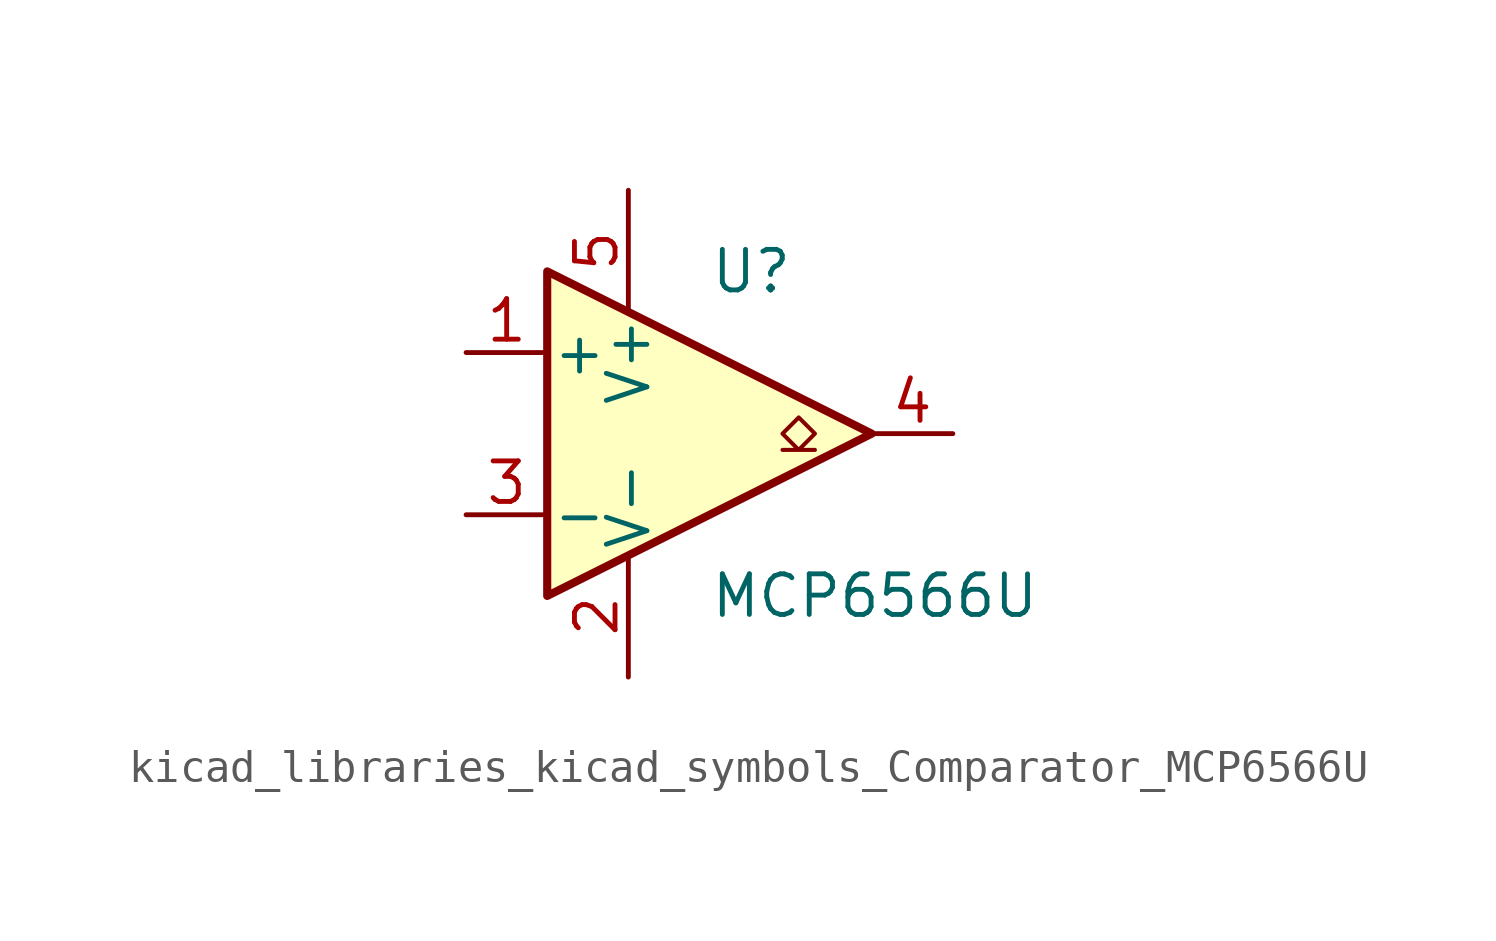
<source format=kicad_sym>
(kicad_symbol_lib
  (version 20220914)
  (generator kicad_symbol_editor)
  (symbol "kicad_libraries_kicad_symbols_Comparator_MCP6566U"
    (pin_names
      (offset 0.127))
    (property "Reference" "U"
      (at 0 5.08 0)
      (effects (font (size 1.27 1.27)) (justify left)))
    (property "Value" "MCP6566U"
      (at 0 -5.08 0)
      (effects (font (size 1.27 1.27)) (justify left)))
    (symbol "kicad_libraries_kicad_symbols_Comparator_MCP6566U_0_1"
      (polyline (pts (xy -5.08 5.08) (xy 5.08 0) (xy -5.08 -5.08) (xy -5.08 5.08)) (stroke (width 0.254) (type default)) (fill (type background)))
      (polyline (pts (xy 3.302 -0.508) (xy 2.794 -0.508) (xy 3.302 0) (xy 2.794 0.508) (xy 2.286 0) (xy 2.794 -0.508) (xy 2.286 -0.508)) (stroke (width 0.127) (type default)) (fill (type none)))
      (pin power_in line (at -2.54 -7.62 90) (length 3.81) (name "V-" (effects (font (size 1.27 1.27)))) (number "2" (effects (font (size 1.27 1.27)))))
      (pin power_in line (at -2.54 7.62 270) (length 3.81) (name "V+" (effects (font (size 1.27 1.27)))) (number "5" (effects (font (size 1.27 1.27))))))
    (symbol "kicad_libraries_kicad_symbols_Comparator_MCP6566U_1_1"
      (pin input line (at -7.62 2.54 0) (length 2.54) (name "+" (effects (font (size 1.27 1.27)))) (number "1" (effects (font (size 1.27 1.27)))))
      (pin input line (at -7.62 -2.54 0) (length 2.54) (name "-" (effects (font (size 1.27 1.27)))) (number "3" (effects (font (size 1.27 1.27)))))
      (pin open_collector line (at 7.62 0 180) (length 2.54) (name "~" (effects (font (size 1.27 1.27)))) (number "4" (effects (font (size 1.27 1.27))))))))
</source>
